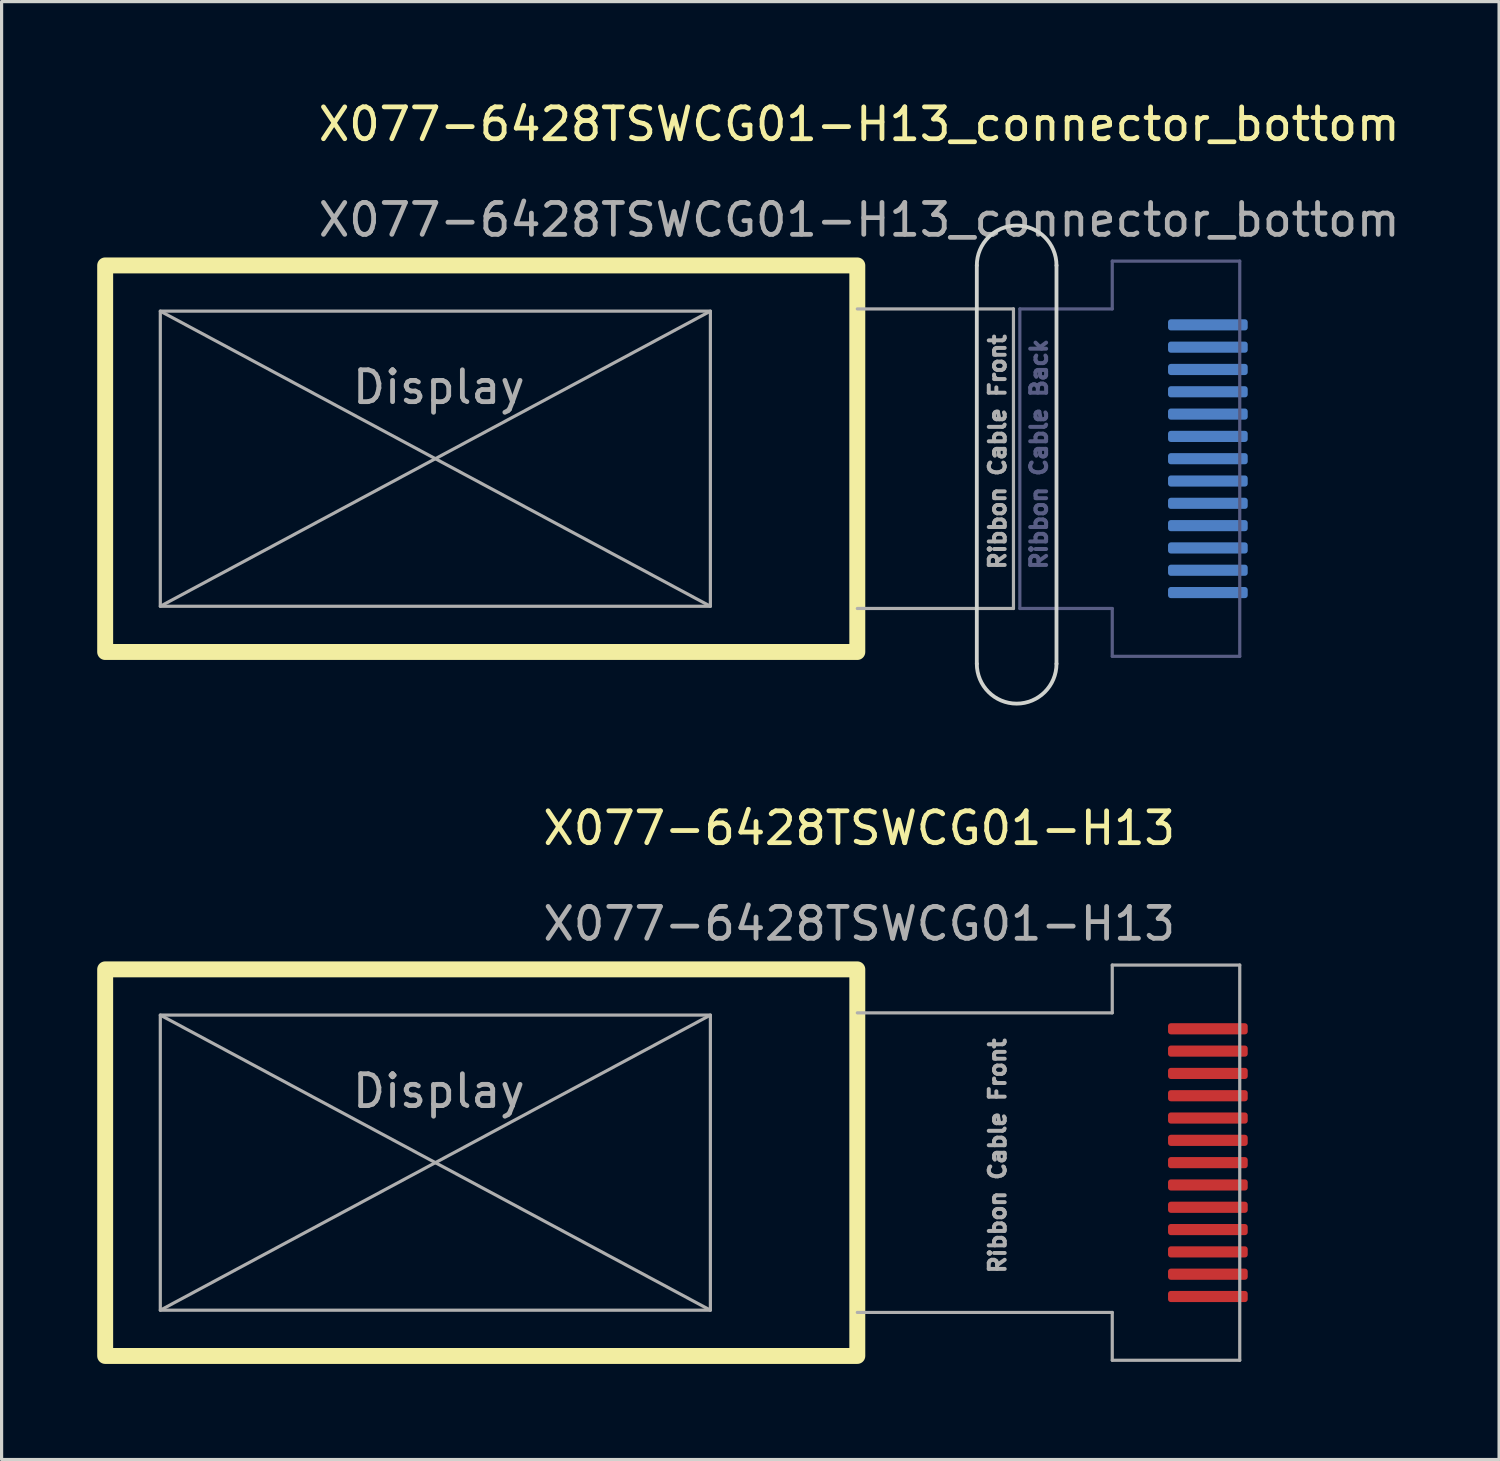
<source format=kicad_pcb>
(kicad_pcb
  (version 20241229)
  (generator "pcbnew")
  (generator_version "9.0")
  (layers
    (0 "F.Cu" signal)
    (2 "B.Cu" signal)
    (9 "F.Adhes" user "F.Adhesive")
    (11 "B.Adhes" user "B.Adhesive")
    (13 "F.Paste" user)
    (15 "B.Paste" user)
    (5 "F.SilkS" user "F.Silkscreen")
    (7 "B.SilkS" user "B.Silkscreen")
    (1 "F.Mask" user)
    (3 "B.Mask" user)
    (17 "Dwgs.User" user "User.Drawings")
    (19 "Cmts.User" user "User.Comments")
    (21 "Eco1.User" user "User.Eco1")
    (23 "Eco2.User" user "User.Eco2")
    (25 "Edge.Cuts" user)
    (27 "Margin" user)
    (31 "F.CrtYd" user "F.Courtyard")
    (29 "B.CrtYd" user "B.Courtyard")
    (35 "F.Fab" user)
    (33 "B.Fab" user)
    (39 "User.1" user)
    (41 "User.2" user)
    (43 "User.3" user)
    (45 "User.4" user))
  (footprint "X077-6428TSWCG01-H13_connector_bottom"
    (layer "F.Cu")
    (at 23.85 5.278)
    (property "Reference" "X077-6428TSWCG01-H13_connector_bottom" (at 0.06 -4.43 0) (unlocked yes) (layer "F.SilkS") (effects (font (size 1 1) (thickness 0.15))))
    (attr smd)
    (fp_rect (start 0 0) (end -23.6 12.13) (stroke (width 0.5) (type solid)) (fill no) (layer "F.SilkS"))
    (fp_line (start 3.75 0) (end 3.75 12.5) (stroke (width 0.12) (type solid)) (layer "Edge.Cuts"))
    (fp_line (start 6.25 0) (end 6.25 12.5) (stroke (width 0.12) (type solid)) (layer "Edge.Cuts"))
    (fp_arc (start 3.75 0) (mid 5 -1.25) (end 6.25 0) (stroke (width 0.12) (type solid)) (layer "Edge.Cuts"))
    (fp_arc (start 6.25 12.5) (mid 5 13.75) (end 3.75 12.5) (stroke (width 0.12) (type solid)) (layer "Edge.Cuts"))
    (fp_line (start 5.1 1.365) (end 5.1 10.765) (stroke (width 0.1) (type solid)) (layer "B.Fab"))
    (fp_line (start 8 -0.135) (end 12 -0.135) (stroke (width 0.1) (type solid)) (layer "B.Fab"))
    (fp_line (start 8 1.365) (end 5.1 1.365) (stroke (width 0.1) (type solid)) (layer "B.Fab"))
    (fp_line (start 8 1.365) (end 8 -0.135) (stroke (width 0.1) (type solid)) (layer "B.Fab"))
    (fp_line (start 8 10.765) (end 5.1 10.765) (stroke (width 0.1) (type solid)) (layer "B.Fab"))
    (fp_line (start 8 12.265) (end 8 10.765) (stroke (width 0.1) (type solid)) (layer "B.Fab"))
    (fp_line (start 8 12.266) (end 12 12.266) (stroke (width 0.1) (type solid)) (layer "B.Fab"))
    (fp_line (start 12 12.266) (end 12 -0.135) (stroke (width 0.1) (type solid)) (layer "B.Fab"))
    (fp_line (start -21.87 1.435) (end -4.61 10.695) (stroke (width 0.1) (type solid)) (layer "F.Fab"))
    (fp_line (start -4.61 1.435) (end -21.87 10.695) (stroke (width 0.1) (type solid)) (layer "F.Fab"))
    (fp_line (start 4.9 1.365) (end 0 1.365) (stroke (width 0.1) (type solid)) (layer "F.Fab"))
    (fp_line (start 4.9 1.365) (end 4.9 10.765) (stroke (width 0.1) (type solid)) (layer "F.Fab"))
    (fp_line (start 4.9 10.765) (end 0 10.765) (stroke (width 0.1) (type solid)) (layer "F.Fab"))
    (fp_rect (start -4.61 1.435) (end -21.87 10.695) (stroke (width 0.1) (type solid)) (fill no) (layer "F.Fab"))
    (fp_text user "Ribbon Cable Back" (at 5.7 9.6 90) (unlocked yes) (layer "B.Fab") (effects (font (size 0.5 0.5) (thickness 0.125)) (justify left)))
    (fp_text user "Display" (at -13.13 3.82 0) (unlocked yes) (layer "F.Fab") (effects (font (size 1 1) (thickness 0.15))))
    (fp_text user "${REFERENCE}" (at 0.06 -1.43 0) (unlocked yes) (layer "F.Fab") (effects (font (size 1 1) (thickness 0.15))))
    (fp_text user "Ribbon Cable Front" (at 4.4 9.6 90) (unlocked yes) (layer "F.Fab") (effects (font (size 0.5 0.5) (thickness 0.125)) (justify left)))
    (pad "1" smd roundrect (at 11 10.265) (size 2.5 0.35) (layers "B.Cu" "B.Mask" "B.Paste") (roundrect_rratio 0.25))
    (pad "2" smd roundrect (at 11 9.565) (size 2.5 0.35) (layers "B.Cu" "B.Mask" "B.Paste") (roundrect_rratio 0.25))
    (pad "3" smd roundrect (at 11 8.865) (size 2.5 0.35) (layers "B.Cu" "B.Mask" "B.Paste") (roundrect_rratio 0.25))
    (pad "4" smd roundrect (at 11 8.165) (size 2.5 0.35) (layers "B.Cu" "B.Mask" "B.Paste") (roundrect_rratio 0.25))
    (pad "5" smd roundrect (at 11 7.465) (size 2.5 0.35) (layers "B.Cu" "B.Mask" "B.Paste") (roundrect_rratio 0.25))
    (pad "6" smd roundrect (at 11 6.765) (size 2.5 0.35) (layers "B.Cu" "B.Mask" "B.Paste") (roundrect_rratio 0.25))
    (pad "7" smd roundrect (at 11 6.065) (size 2.5 0.35) (layers "B.Cu" "B.Mask" "B.Paste") (roundrect_rratio 0.25))
    (pad "8" smd roundrect (at 11 5.365) (size 2.5 0.35) (layers "B.Cu" "B.Mask" "B.Paste") (roundrect_rratio 0.25))
    (pad "9" smd roundrect (at 11 4.665) (size 2.5 0.35) (layers "B.Cu" "B.Mask" "B.Paste") (roundrect_rratio 0.25))
    (pad "10" smd roundrect (at 11 3.965) (size 2.5 0.35) (layers "B.Cu" "B.Mask" "B.Paste") (roundrect_rratio 0.25))
    (pad "11" smd roundrect (at 11 3.265) (size 2.5 0.35) (layers "B.Cu" "B.Mask" "B.Paste") (roundrect_rratio 0.25))
    (pad "12" smd roundrect (at 11 2.565) (size 2.5 0.35) (layers "B.Cu" "B.Mask" "B.Paste") (roundrect_rratio 0.25))
    (pad "13" smd roundrect (at 11 1.865) (size 2.5 0.35) (layers "B.Cu" "B.Mask" "B.Paste") (roundrect_rratio 0.25)))
  (footprint "X077-6428TSWCG01-H13"
    (layer "F.Cu")
    (at 23.85 27.366)
    (property "Reference" "X077-6428TSWCG01-H13" (at 0.06 -4.43 0) (unlocked yes) (layer "F.SilkS") (effects (font (size 1 1) (thickness 0.15))))
    (attr smd)
    (fp_rect (start 0 0) (end -23.6 12.13) (stroke (width 0.5) (type solid)) (fill no) (layer "F.SilkS"))
    (fp_line (start -21.87 1.435) (end -4.61 10.695) (stroke (width 0.1) (type solid)) (layer "F.Fab"))
    (fp_line (start -4.61 1.435) (end -21.87 10.695) (stroke (width 0.1) (type solid)) (layer "F.Fab"))
    (fp_line (start 8 -0.135) (end 12 -0.135) (stroke (width 0.1) (type solid)) (layer "F.Fab"))
    (fp_line (start 8 1.365) (end 0 1.365) (stroke (width 0.1) (type solid)) (layer "F.Fab"))
    (fp_line (start 8 1.365) (end 8 -0.135) (stroke (width 0.1) (type solid)) (layer "F.Fab"))
    (fp_line (start 8 10.765) (end 0 10.765) (stroke (width 0.1) (type solid)) (layer "F.Fab"))
    (fp_line (start 8 12.265) (end 8 10.765) (stroke (width 0.1) (type solid)) (layer "F.Fab"))
    (fp_line (start 8 12.266) (end 12 12.266) (stroke (width 0.1) (type solid)) (layer "F.Fab"))
    (fp_line (start 12 12.266) (end 12 -0.135) (stroke (width 0.1) (type solid)) (layer "F.Fab"))
    (fp_rect (start -4.61 1.435) (end -21.87 10.695) (stroke (width 0.1) (type solid)) (fill no) (layer "F.Fab"))
    (fp_text user "${REFERENCE}" (at 0.06 -1.43 0) (unlocked yes) (layer "F.Fab") (effects (font (size 1 1) (thickness 0.15))))
    (fp_text user "Ribbon Cable Front" (at 4.4 9.6 90) (unlocked yes) (layer "F.Fab") (effects (font (size 0.5 0.5) (thickness 0.125)) (justify left)))
    (fp_text user "Display" (at -13.13 3.82 0) (unlocked yes) (layer "F.Fab") (effects (font (size 1 1) (thickness 0.15))))
    (pad "1" smd roundrect (at 11 10.265) (size 2.5 0.35) (layers "F.Cu" "F.Mask" "F.Paste") (roundrect_rratio 0.25))
    (pad "2" smd roundrect (at 11 9.565) (size 2.5 0.35) (layers "F.Cu" "F.Mask" "F.Paste") (roundrect_rratio 0.25))
    (pad "3" smd roundrect (at 11 8.865) (size 2.5 0.35) (layers "F.Cu" "F.Mask" "F.Paste") (roundrect_rratio 0.25))
    (pad "4" smd roundrect (at 11 8.165) (size 2.5 0.35) (layers "F.Cu" "F.Mask" "F.Paste") (roundrect_rratio 0.25))
    (pad "5" smd roundrect (at 11 7.465) (size 2.5 0.35) (layers "F.Cu" "F.Mask" "F.Paste") (roundrect_rratio 0.25))
    (pad "6" smd roundrect (at 11 6.765) (size 2.5 0.35) (layers "F.Cu" "F.Mask" "F.Paste") (roundrect_rratio 0.25))
    (pad "7" smd roundrect (at 11 6.065) (size 2.5 0.35) (layers "F.Cu" "F.Mask" "F.Paste") (roundrect_rratio 0.25))
    (pad "8" smd roundrect (at 11 5.365) (size 2.5 0.35) (layers "F.Cu" "F.Mask" "F.Paste") (roundrect_rratio 0.25))
    (pad "9" smd roundrect (at 11 4.665) (size 2.5 0.35) (layers "F.Cu" "F.Mask" "F.Paste") (roundrect_rratio 0.25))
    (pad "10" smd roundrect (at 11 3.965) (size 2.5 0.35) (layers "F.Cu" "F.Mask" "F.Paste") (roundrect_rratio 0.25))
    (pad "11" smd roundrect (at 11 3.265) (size 2.5 0.35) (layers "F.Cu" "F.Mask" "F.Paste") (roundrect_rratio 0.25))
    (pad "12" smd roundrect (at 11 2.565) (size 2.5 0.35) (layers "F.Cu" "F.Mask" "F.Paste") (roundrect_rratio 0.25))
    (pad "13" smd roundrect (at 11 1.865) (size 2.5 0.35) (layers "F.Cu" "F.Mask" "F.Paste") (roundrect_rratio 0.25)))
  (gr_rect
    (start -3 -3)
    (end 43.987 42.746)
    (stroke (width 0.1) (type default))
    (fill no)
    (layer "Edge.Cuts")))
</source>
